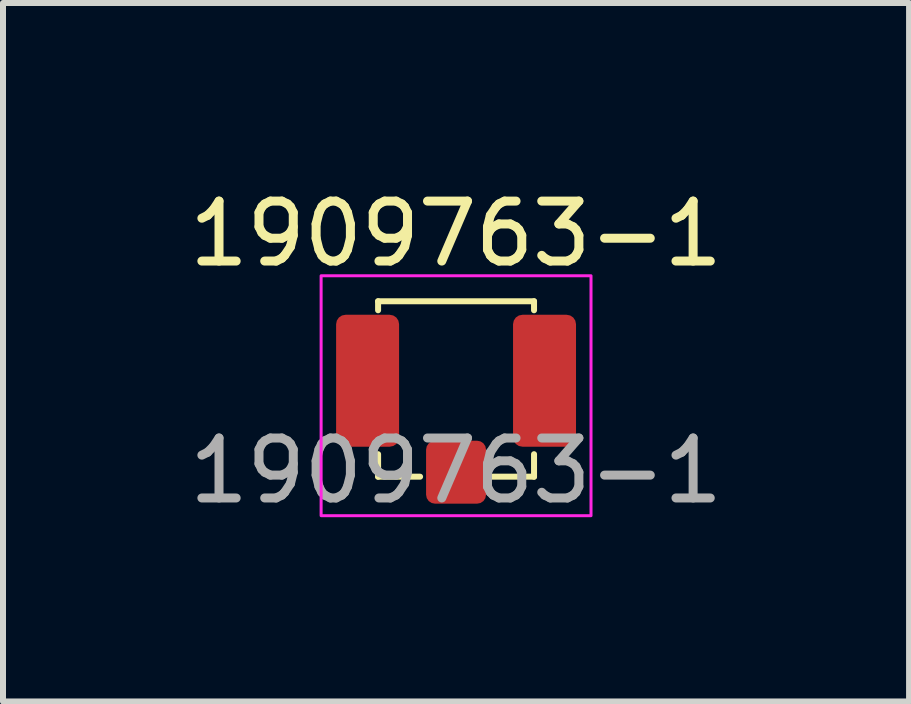
<source format=kicad_pcb>
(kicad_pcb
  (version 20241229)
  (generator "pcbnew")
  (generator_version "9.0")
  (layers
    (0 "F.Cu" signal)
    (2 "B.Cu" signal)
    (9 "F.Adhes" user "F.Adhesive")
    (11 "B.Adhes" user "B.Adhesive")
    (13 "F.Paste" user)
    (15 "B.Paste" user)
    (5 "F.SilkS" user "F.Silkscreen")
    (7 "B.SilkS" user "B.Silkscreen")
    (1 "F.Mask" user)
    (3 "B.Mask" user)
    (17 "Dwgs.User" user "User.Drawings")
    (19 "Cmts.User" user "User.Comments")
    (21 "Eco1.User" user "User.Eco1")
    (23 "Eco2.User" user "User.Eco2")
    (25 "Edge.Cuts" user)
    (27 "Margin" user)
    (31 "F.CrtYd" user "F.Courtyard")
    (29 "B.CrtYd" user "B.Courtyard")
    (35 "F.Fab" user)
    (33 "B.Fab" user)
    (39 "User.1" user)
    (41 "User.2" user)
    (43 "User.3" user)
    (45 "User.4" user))
  (footprint "1909763-1"
    (layer "F.Cu")
    (at 4.554 3.298)
    (property "Reference" "1909763-1" (at 0 -2.45 0) (unlocked yes) (layer "F.SilkS") (effects (font (size 1 1) (thickness 0.15))))
    (attr smd)
    (fp_line (start -1.3 -1.325) (end -1.3 -1.175) (stroke (width 0.1) (type default)) (layer "F.SilkS"))
    (fp_line (start -1.3 1.6) (end -1.3 1.225) (stroke (width 0.1) (type default)) (layer "F.SilkS"))
    (fp_line (start -0.6 1.6) (end -1.3 1.6) (stroke (width 0.1) (type default)) (layer "F.SilkS"))
    (fp_line (start 0.6 1.6) (end 1.3 1.6) (stroke (width 0.1) (type default)) (layer "F.SilkS"))
    (fp_line (start 1.3 -1.325) (end -1.3 -1.325) (stroke (width 0.1) (type default)) (layer "F.SilkS"))
    (fp_line (start 1.3 -1.175) (end 1.3 -1.325) (stroke (width 0.1) (type default)) (layer "F.SilkS"))
    (fp_line (start 1.3 1.6) (end 1.3 1.225) (stroke (width 0.1) (type default)) (layer "F.SilkS"))
    (fp_rect (start -2.25 -1.75) (end 2.25 2.25) (stroke (width 0.05) (type solid)) (fill no) (layer "F.CrtYd"))
    (fp_text user "${REFERENCE}" (at 0 1.5 0) (unlocked yes) (layer "F.Fab") (effects (font (size 1 1) (thickness 0.15))))
    (pad "1" smd roundrect (at 0 1.525) (size 1 1.05) (layers "F.Cu" "F.Mask" "F.Paste") (roundrect_rratio 0.15))
    (pad "2" smd roundrect (at -1.475 0) (size 1.05 2.2) (layers "F.Cu" "F.Mask" "F.Paste") (roundrect_rratio 0.15))
    (pad "2" smd roundrect (at 1.475 0) (size 1.05 2.2) (layers "F.Cu" "F.Mask" "F.Paste") (roundrect_rratio 0.15)))
  (gr_rect
    (start -3 -3)
    (end 12.107 8.646)
    (stroke (width 0.1) (type default))
    (fill no)
    (layer "Edge.Cuts")))
</source>
